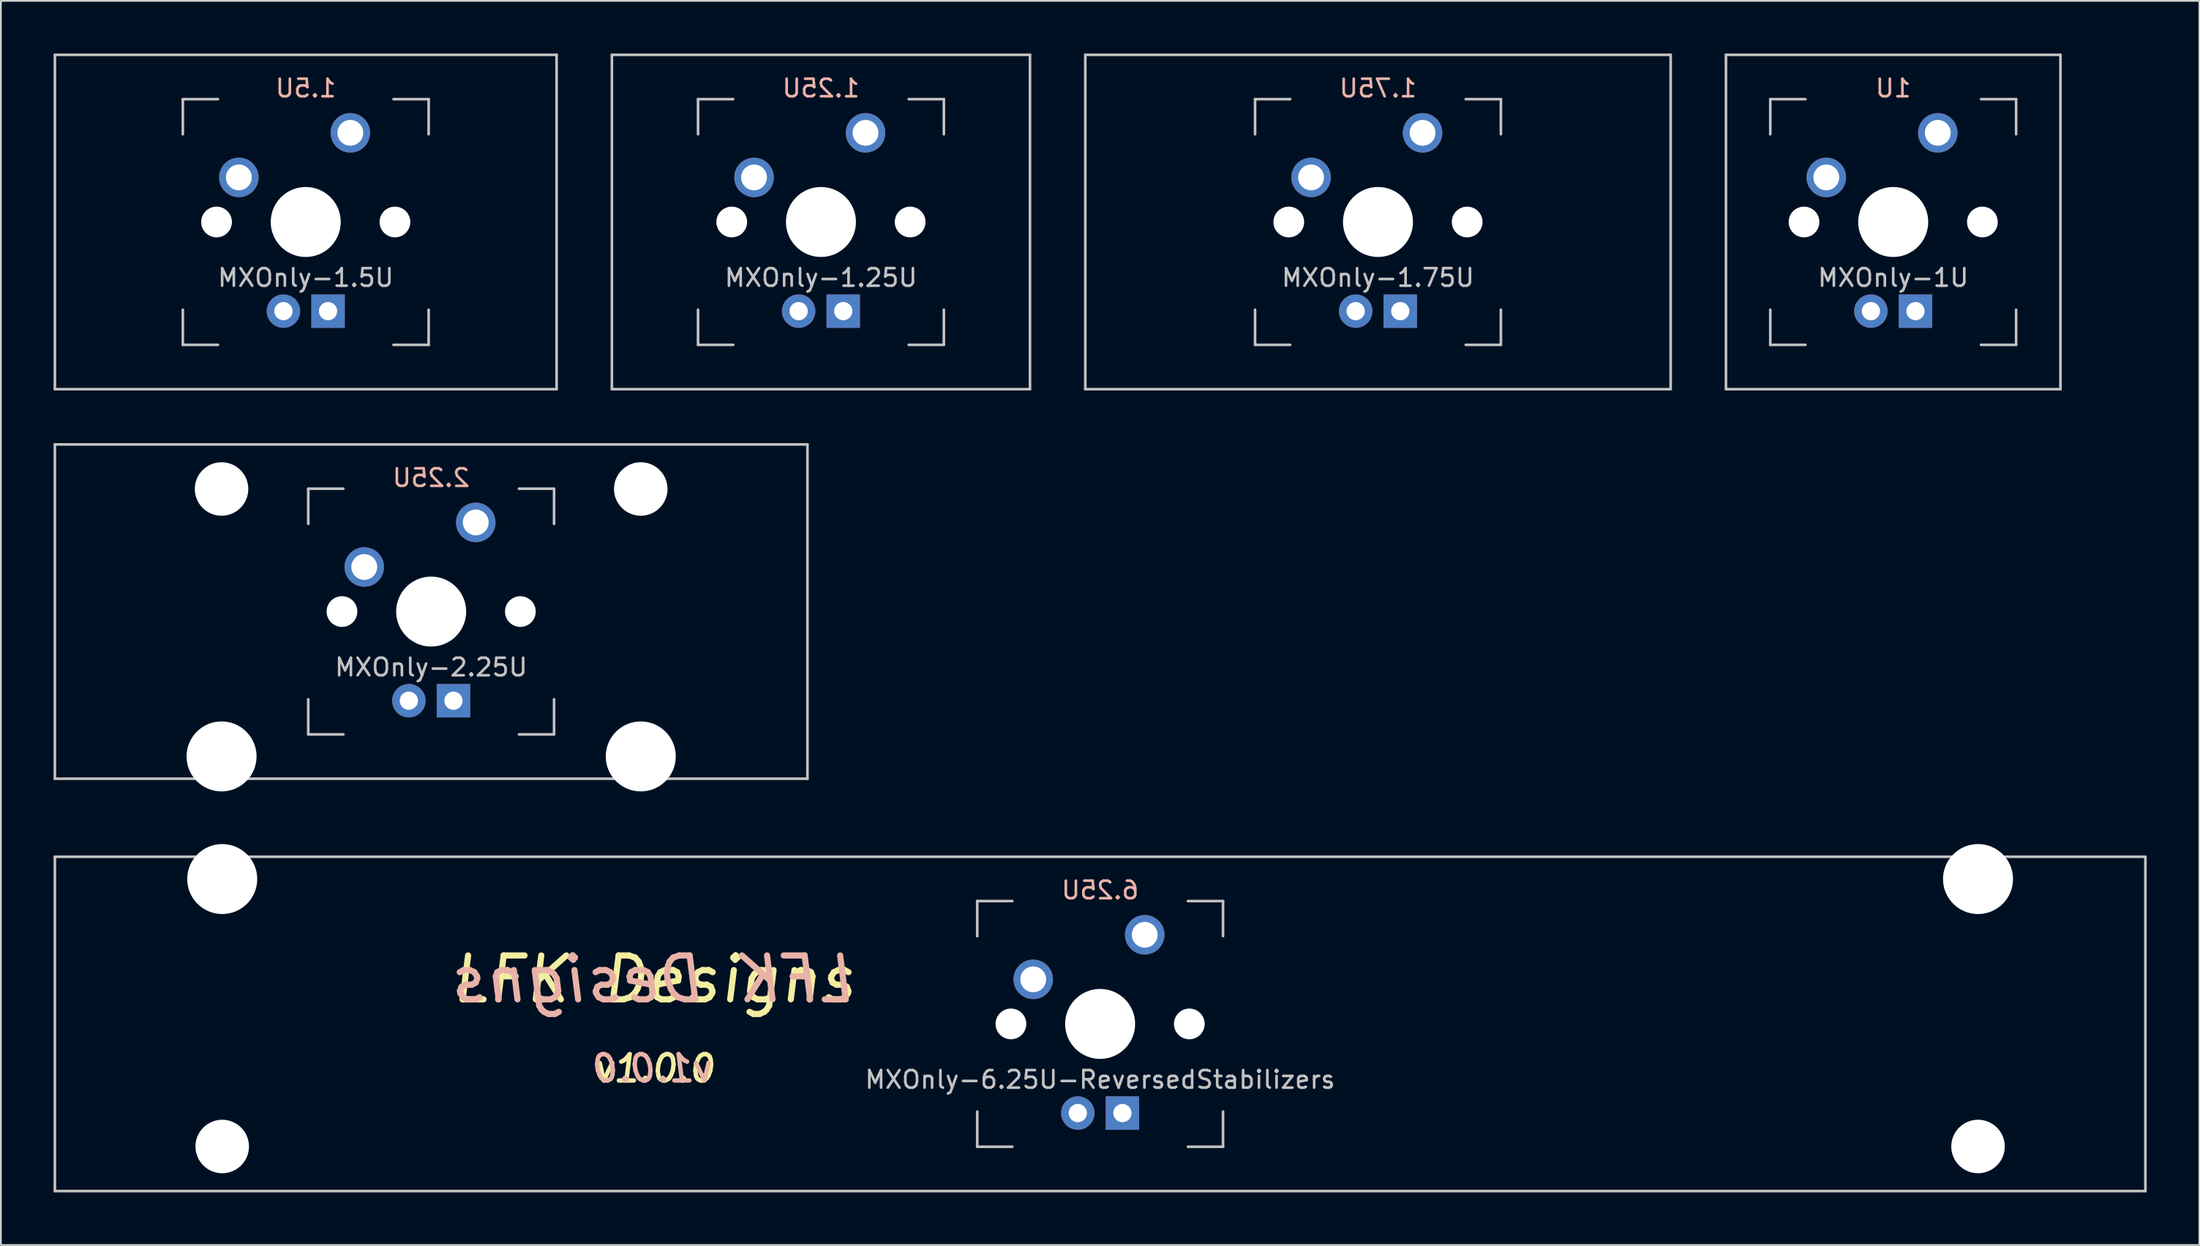
<source format=kicad_pcb>
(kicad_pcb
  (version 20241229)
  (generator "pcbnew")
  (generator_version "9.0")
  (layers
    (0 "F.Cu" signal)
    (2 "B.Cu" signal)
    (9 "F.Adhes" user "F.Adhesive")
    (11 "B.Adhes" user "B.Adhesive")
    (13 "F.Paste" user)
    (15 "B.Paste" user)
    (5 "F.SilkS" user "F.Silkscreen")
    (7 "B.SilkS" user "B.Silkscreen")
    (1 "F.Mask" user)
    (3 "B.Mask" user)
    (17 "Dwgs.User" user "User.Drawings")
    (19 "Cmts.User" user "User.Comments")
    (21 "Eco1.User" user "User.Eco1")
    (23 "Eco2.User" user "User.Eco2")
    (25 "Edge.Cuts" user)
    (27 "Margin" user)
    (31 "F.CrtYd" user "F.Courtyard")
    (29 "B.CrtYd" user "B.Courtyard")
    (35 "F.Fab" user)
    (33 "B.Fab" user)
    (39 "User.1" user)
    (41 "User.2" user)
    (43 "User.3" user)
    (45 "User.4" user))
  (footprint "MXOnly-6.25U-ReversedStabilizers"
    (layer "F.Cu")
    (at 59.606 55.298)
    (property "Reference" "MXOnly-6.25U-ReversedStabilizers" (at 0 3.175 0) (layer "Dwgs.User") (effects (font (size 1 1) (thickness 0.15))))
    (property "Value" "6.25U" (at 0 -7.938 0) (layer "Dwgs.User") (hide yes) (effects (font (size 1 1) (thickness 0.15))))
    (attr through_hole)
    (fp_line (start -59.531 -9.525) (end 59.531 -9.525) (stroke (width 0.15) (type solid)) (layer "Dwgs.User"))
    (fp_line (start -59.531 9.525) (end -59.531 -9.525) (stroke (width 0.15) (type solid)) (layer "Dwgs.User"))
    (fp_line (start -59.531 9.525) (end 59.531 9.525) (stroke (width 0.15) (type solid)) (layer "Dwgs.User"))
    (fp_line (start -7 -7) (end -7 -5) (stroke (width 0.15) (type solid)) (layer "Dwgs.User"))
    (fp_line (start -7 5) (end -7 7) (stroke (width 0.15) (type solid)) (layer "Dwgs.User"))
    (fp_line (start -7 7) (end -5 7) (stroke (width 0.15) (type solid)) (layer "Dwgs.User"))
    (fp_line (start -5 -7) (end -7 -7) (stroke (width 0.15) (type solid)) (layer "Dwgs.User"))
    (fp_line (start 5 -7) (end 7 -7) (stroke (width 0.15) (type solid)) (layer "Dwgs.User"))
    (fp_line (start 5 7) (end 7 7) (stroke (width 0.15) (type solid)) (layer "Dwgs.User"))
    (fp_line (start 7 -7) (end 7 -5) (stroke (width 0.15) (type solid)) (layer "Dwgs.User"))
    (fp_line (start 7 7) (end 7 5) (stroke (width 0.15) (type solid)) (layer "Dwgs.User"))
    (fp_line (start 59.531 -9.525) (end 59.531 9.525) (stroke (width 0.15) (type solid)) (layer "Dwgs.User"))
    (fp_text user "LFK Designs" (at -25.4 -2.54 0) (unlocked yes) (layer "F.SilkS") (effects (font (size 2.5 2.5) (thickness 0.35) (italic yes))))
    (fp_text user "v1.0.0" (at -25.4 2.54 0) (unlocked yes) (layer "F.SilkS") (effects (font (size 1.5 1.5) (thickness 0.25) (italic yes))))
    (fp_text user "LFK Designs" (at -25.4 -2.54 0) (unlocked yes) (layer "B.SilkS") (effects (font (size 2.5 2.5) (thickness 0.35) (italic yes)) (justify mirror)))
    (fp_text user "v1.0.0" (at -25.4 2.54 0) (unlocked yes) (layer "B.SilkS") (effects (font (size 1.5 1.5) (thickness 0.25) (italic yes)) (justify mirror)))
    (fp_text user "${VALUE}" (at 0 -7.62 0) (unlocked yes) (layer "B.SilkS") (effects (font (size 1 1) (thickness 0.15)) (justify mirror)))
    (pad "" np_thru_hole circle (at -50 -8.255) (size 3.988 3.988) (drill 3.988) (layers "*.Cu" "*.Mask"))
    (pad "" np_thru_hole circle (at -50 6.985) (size 3.048 3.048) (drill 3.048) (layers "*.Cu" "*.Mask"))
    (pad "" np_thru_hole circle (at -5.08 0 48.1) (size 1.75 1.75) (drill 1.75) (layers "*.Cu" "*.Mask"))
    (pad "" np_thru_hole circle (at 0 0) (size 3.988 3.988) (drill 3.988) (layers "*.Cu" "*.Mask"))
    (pad "" np_thru_hole circle (at 5.08 0 48.1) (size 1.75 1.75) (drill 1.75) (layers "*.Cu" "*.Mask"))
    (pad "" np_thru_hole circle (at 50 -8.255) (size 3.988 3.988) (drill 3.988) (layers "*.Cu" "*.Mask"))
    (pad "" np_thru_hole circle (at 50 6.985) (size 3.048 3.048) (drill 3.048) (layers "*.Cu" "*.Mask"))
    (pad "1" thru_hole circle (at -3.81 -2.54) (size 2.25 2.25) (drill 1.47) (layers "*.Cu" "*.Mask"))
    (pad "2" thru_hole circle (at 2.54 -5.08) (size 2.25 2.25) (drill 1.47) (layers "*.Cu" "*.Mask"))
    (pad "3" thru_hole circle (at -1.27 5.08) (size 1.905 1.905) (drill 1.04) (layers "*.Cu" "B.Mask"))
    (pad "4" thru_hole rect (at 1.27 5.08) (size 1.905 1.905) (drill 1.04) (layers "*.Cu" "B.Mask")))
  (footprint "MXOnly-1U"
    (layer "F.Cu")
    (at 104.775 9.6)
    (property "Reference" "MXOnly-1U" (at 0 3.175 0) (layer "Dwgs.User") (effects (font (size 1 1) (thickness 0.15))))
    (property "Value" "1U" (at 0 -7.938 0) (layer "Dwgs.User") (hide yes) (effects (font (size 1 1) (thickness 0.15))))
    (attr through_hole)
    (fp_line (start -9.525 -9.525) (end 9.525 -9.525) (stroke (width 0.15) (type solid)) (layer "Dwgs.User"))
    (fp_line (start -9.525 9.525) (end -9.525 -9.525) (stroke (width 0.15) (type solid)) (layer "Dwgs.User"))
    (fp_line (start -7 -7) (end -7 -5) (stroke (width 0.15) (type solid)) (layer "Dwgs.User"))
    (fp_line (start -7 5) (end -7 7) (stroke (width 0.15) (type solid)) (layer "Dwgs.User"))
    (fp_line (start -7 7) (end -5 7) (stroke (width 0.15) (type solid)) (layer "Dwgs.User"))
    (fp_line (start -5 -7) (end -7 -7) (stroke (width 0.15) (type solid)) (layer "Dwgs.User"))
    (fp_line (start 5 -7) (end 7 -7) (stroke (width 0.15) (type solid)) (layer "Dwgs.User"))
    (fp_line (start 5 7) (end 7 7) (stroke (width 0.15) (type solid)) (layer "Dwgs.User"))
    (fp_line (start 7 -7) (end 7 -5) (stroke (width 0.15) (type solid)) (layer "Dwgs.User"))
    (fp_line (start 7 7) (end 7 5) (stroke (width 0.15) (type solid)) (layer "Dwgs.User"))
    (fp_line (start 9.525 -9.525) (end 9.525 9.525) (stroke (width 0.15) (type solid)) (layer "Dwgs.User"))
    (fp_line (start 9.525 9.525) (end -9.525 9.525) (stroke (width 0.15) (type solid)) (layer "Dwgs.User"))
    (fp_text user "${VALUE}" (at 0 -7.62 0) (unlocked yes) (layer "B.SilkS") (effects (font (size 1 1) (thickness 0.15)) (justify mirror)))
    (pad "" np_thru_hole circle (at -5.08 0 48.1) (size 1.75 1.75) (drill 1.75) (layers "*.Cu" "*.Mask"))
    (pad "" np_thru_hole circle (at 0 0) (size 3.988 3.988) (drill 3.988) (layers "*.Cu" "*.Mask"))
    (pad "" np_thru_hole circle (at 5.08 0 48.1) (size 1.75 1.75) (drill 1.75) (layers "*.Cu" "*.Mask"))
    (pad "1" thru_hole circle (at -3.81 -2.54) (size 2.25 2.25) (drill 1.47) (layers "*.Cu" "*.Mask"))
    (pad "2" thru_hole circle (at 2.54 -5.08) (size 2.25 2.25) (drill 1.47) (layers "*.Cu" "*.Mask"))
    (pad "3" thru_hole circle (at -1.27 5.08) (size 1.905 1.905) (drill 1.04) (layers "*.Cu" "B.Mask"))
    (pad "4" thru_hole rect (at 1.27 5.08) (size 1.905 1.905) (drill 1.04) (layers "*.Cu" "B.Mask")))
  (footprint "MXOnly-1.75U"
    (layer "F.Cu")
    (at 75.431 9.6)
    (property "Reference" "MXOnly-1.75U" (at 0 3.175 0) (layer "Dwgs.User") (effects (font (size 1 1) (thickness 0.15))))
    (property "Value" "1.75U" (at 0 -7.938 0) (layer "Dwgs.User") (hide yes) (effects (font (size 1 1) (thickness 0.15))))
    (attr through_hole)
    (fp_line (start -16.669 -9.525) (end 16.669 -9.525) (stroke (width 0.15) (type solid)) (layer "Dwgs.User"))
    (fp_line (start -16.669 9.525) (end -16.669 -9.525) (stroke (width 0.15) (type solid)) (layer "Dwgs.User"))
    (fp_line (start -16.669 9.525) (end 16.669 9.525) (stroke (width 0.15) (type solid)) (layer "Dwgs.User"))
    (fp_line (start -7 -7) (end -7 -5) (stroke (width 0.15) (type solid)) (layer "Dwgs.User"))
    (fp_line (start -7 5) (end -7 7) (stroke (width 0.15) (type solid)) (layer "Dwgs.User"))
    (fp_line (start -7 7) (end -5 7) (stroke (width 0.15) (type solid)) (layer "Dwgs.User"))
    (fp_line (start -5 -7) (end -7 -7) (stroke (width 0.15) (type solid)) (layer "Dwgs.User"))
    (fp_line (start 5 -7) (end 7 -7) (stroke (width 0.15) (type solid)) (layer "Dwgs.User"))
    (fp_line (start 5 7) (end 7 7) (stroke (width 0.15) (type solid)) (layer "Dwgs.User"))
    (fp_line (start 7 -7) (end 7 -5) (stroke (width 0.15) (type solid)) (layer "Dwgs.User"))
    (fp_line (start 7 7) (end 7 5) (stroke (width 0.15) (type solid)) (layer "Dwgs.User"))
    (fp_line (start 16.669 -9.525) (end 16.669 9.525) (stroke (width 0.15) (type solid)) (layer "Dwgs.User"))
    (fp_text user "${VALUE}" (at 0 -7.62 0) (unlocked yes) (layer "B.SilkS") (effects (font (size 1 1) (thickness 0.15)) (justify mirror)))
    (pad "" np_thru_hole circle (at -5.08 0 48.1) (size 1.75 1.75) (drill 1.75) (layers "*.Cu" "*.Mask"))
    (pad "" np_thru_hole circle (at 0 0) (size 3.988 3.988) (drill 3.988) (layers "*.Cu" "*.Mask"))
    (pad "" np_thru_hole circle (at 5.08 0 48.1) (size 1.75 1.75) (drill 1.75) (layers "*.Cu" "*.Mask"))
    (pad "1" thru_hole circle (at -3.81 -2.54) (size 2.25 2.25) (drill 1.47) (layers "*.Cu" "*.Mask"))
    (pad "2" thru_hole circle (at 2.54 -5.08) (size 2.25 2.25) (drill 1.47) (layers "*.Cu" "*.Mask"))
    (pad "3" thru_hole circle (at -1.27 5.08) (size 1.905 1.905) (drill 1.04) (layers "*.Cu" "B.Mask"))
    (pad "4" thru_hole rect (at 1.27 5.08) (size 1.905 1.905) (drill 1.04) (layers "*.Cu" "B.Mask")))
  (footprint "MXOnly-2.25U"
    (layer "F.Cu")
    (at 21.506 31.8)
    (property "Reference" "MXOnly-2.25U" (at 0 3.175 0) (layer "Dwgs.User") (effects (font (size 1 1) (thickness 0.15))))
    (property "Value" "2.25U" (at 0 -7.938 0) (layer "Dwgs.User") (hide yes) (effects (font (size 1 1) (thickness 0.15))))
    (attr through_hole)
    (fp_line (start -21.431 -9.525) (end 21.431 -9.525) (stroke (width 0.15) (type solid)) (layer "Dwgs.User"))
    (fp_line (start -21.431 9.525) (end -21.431 -9.525) (stroke (width 0.15) (type solid)) (layer "Dwgs.User"))
    (fp_line (start -21.431 9.525) (end 21.431 9.525) (stroke (width 0.15) (type solid)) (layer "Dwgs.User"))
    (fp_line (start -7 -7) (end -7 -5) (stroke (width 0.15) (type solid)) (layer "Dwgs.User"))
    (fp_line (start -7 5) (end -7 7) (stroke (width 0.15) (type solid)) (layer "Dwgs.User"))
    (fp_line (start -7 7) (end -5 7) (stroke (width 0.15) (type solid)) (layer "Dwgs.User"))
    (fp_line (start -5 -7) (end -7 -7) (stroke (width 0.15) (type solid)) (layer "Dwgs.User"))
    (fp_line (start 5 -7) (end 7 -7) (stroke (width 0.15) (type solid)) (layer "Dwgs.User"))
    (fp_line (start 5 7) (end 7 7) (stroke (width 0.15) (type solid)) (layer "Dwgs.User"))
    (fp_line (start 7 -7) (end 7 -5) (stroke (width 0.15) (type solid)) (layer "Dwgs.User"))
    (fp_line (start 7 7) (end 7 5) (stroke (width 0.15) (type solid)) (layer "Dwgs.User"))
    (fp_line (start 21.431 -9.525) (end 21.431 9.525) (stroke (width 0.15) (type solid)) (layer "Dwgs.User"))
    (fp_text user "${VALUE}" (at 0 -7.62 0) (unlocked yes) (layer "B.SilkS") (effects (font (size 1 1) (thickness 0.15)) (justify mirror)))
    (pad "" np_thru_hole circle (at -11.938 -6.985) (size 3.048 3.048) (drill 3.048) (layers "*.Cu" "*.Mask"))
    (pad "" np_thru_hole circle (at -11.938 8.255) (size 3.988 3.988) (drill 3.988) (layers "*.Cu" "*.Mask"))
    (pad "" np_thru_hole circle (at -5.08 0 48.1) (size 1.75 1.75) (drill 1.75) (layers "*.Cu" "*.Mask"))
    (pad "" np_thru_hole circle (at 0 0) (size 3.988 3.988) (drill 3.988) (layers "*.Cu" "*.Mask"))
    (pad "" np_thru_hole circle (at 5.08 0 48.1) (size 1.75 1.75) (drill 1.75) (layers "*.Cu" "*.Mask"))
    (pad "" np_thru_hole circle (at 11.938 -6.985) (size 3.048 3.048) (drill 3.048) (layers "*.Cu" "*.Mask"))
    (pad "" np_thru_hole circle (at 11.938 8.255) (size 3.988 3.988) (drill 3.988) (layers "*.Cu" "*.Mask"))
    (pad "1" thru_hole circle (at -3.81 -2.54) (size 2.25 2.25) (drill 1.47) (layers "*.Cu" "*.Mask"))
    (pad "2" thru_hole circle (at 2.54 -5.08) (size 2.25 2.25) (drill 1.47) (layers "*.Cu" "*.Mask"))
    (pad "3" thru_hole circle (at -1.27 5.08) (size 1.905 1.905) (drill 1.04) (layers "*.Cu" "B.Mask"))
    (pad "4" thru_hole rect (at 1.27 5.08) (size 1.905 1.905) (drill 1.04) (layers "*.Cu" "B.Mask")))
  (footprint "MXOnly-1.25U"
    (layer "F.Cu")
    (at 43.706 9.6)
    (property "Reference" "MXOnly-1.25U" (at 0 3.175 0) (layer "Dwgs.User") (effects (font (size 1 1) (thickness 0.15))))
    (property "Value" "1.25U" (at 0 -7.938 0) (layer "Dwgs.User") (hide yes) (effects (font (size 1 1) (thickness 0.15))))
    (attr through_hole)
    (fp_line (start -11.906 -9.525) (end 11.906 -9.525) (stroke (width 0.15) (type solid)) (layer "Dwgs.User"))
    (fp_line (start -11.906 9.525) (end -11.906 -9.525) (stroke (width 0.15) (type solid)) (layer "Dwgs.User"))
    (fp_line (start -11.906 9.525) (end 11.906 9.525) (stroke (width 0.15) (type solid)) (layer "Dwgs.User"))
    (fp_line (start -7 -7) (end -7 -5) (stroke (width 0.15) (type solid)) (layer "Dwgs.User"))
    (fp_line (start -7 5) (end -7 7) (stroke (width 0.15) (type solid)) (layer "Dwgs.User"))
    (fp_line (start -7 7) (end -5 7) (stroke (width 0.15) (type solid)) (layer "Dwgs.User"))
    (fp_line (start -5 -7) (end -7 -7) (stroke (width 0.15) (type solid)) (layer "Dwgs.User"))
    (fp_line (start 5 -7) (end 7 -7) (stroke (width 0.15) (type solid)) (layer "Dwgs.User"))
    (fp_line (start 5 7) (end 7 7) (stroke (width 0.15) (type solid)) (layer "Dwgs.User"))
    (fp_line (start 7 -7) (end 7 -5) (stroke (width 0.15) (type solid)) (layer "Dwgs.User"))
    (fp_line (start 7 7) (end 7 5) (stroke (width 0.15) (type solid)) (layer "Dwgs.User"))
    (fp_line (start 11.906 -9.525) (end 11.906 9.525) (stroke (width 0.15) (type solid)) (layer "Dwgs.User"))
    (fp_text user "${VALUE}" (at 0 -7.62 0) (unlocked yes) (layer "B.SilkS") (effects (font (size 1 1) (thickness 0.15)) (justify mirror)))
    (pad "" np_thru_hole circle (at -5.08 0 48.1) (size 1.75 1.75) (drill 1.75) (layers "*.Cu" "*.Mask"))
    (pad "" np_thru_hole circle (at 0 0) (size 3.988 3.988) (drill 3.988) (layers "*.Cu" "*.Mask"))
    (pad "" np_thru_hole circle (at 5.08 0 48.1) (size 1.75 1.75) (drill 1.75) (layers "*.Cu" "*.Mask"))
    (pad "1" thru_hole circle (at -3.81 -2.54) (size 2.25 2.25) (drill 1.47) (layers "*.Cu" "*.Mask"))
    (pad "2" thru_hole circle (at 2.54 -5.08) (size 2.25 2.25) (drill 1.47) (layers "*.Cu" "*.Mask"))
    (pad "3" thru_hole circle (at -1.27 5.08) (size 1.905 1.905) (drill 1.04) (layers "*.Cu" "B.Mask"))
    (pad "4" thru_hole rect (at 1.27 5.08) (size 1.905 1.905) (drill 1.04) (layers "*.Cu" "B.Mask")))
  (footprint "MXOnly-1.5U"
    (layer "F.Cu")
    (at 14.363 9.6)
    (property "Reference" "MXOnly-1.5U" (at 0 3.175 0) (layer "Dwgs.User") (effects (font (size 1 1) (thickness 0.15))))
    (property "Value" "1.5U" (at 0 -7.938 0) (layer "Dwgs.User") (hide yes) (effects (font (size 1 1) (thickness 0.15))))
    (attr through_hole)
    (fp_line (start -14.287 -9.525) (end 14.287 -9.525) (stroke (width 0.15) (type solid)) (layer "Dwgs.User"))
    (fp_line (start -14.287 9.525) (end -14.287 -9.525) (stroke (width 0.15) (type solid)) (layer "Dwgs.User"))
    (fp_line (start -14.287 9.525) (end 14.287 9.525) (stroke (width 0.15) (type solid)) (layer "Dwgs.User"))
    (fp_line (start -7 -7) (end -7 -5) (stroke (width 0.15) (type solid)) (layer "Dwgs.User"))
    (fp_line (start -7 5) (end -7 7) (stroke (width 0.15) (type solid)) (layer "Dwgs.User"))
    (fp_line (start -7 7) (end -5 7) (stroke (width 0.15) (type solid)) (layer "Dwgs.User"))
    (fp_line (start -5 -7) (end -7 -7) (stroke (width 0.15) (type solid)) (layer "Dwgs.User"))
    (fp_line (start 5 -7) (end 7 -7) (stroke (width 0.15) (type solid)) (layer "Dwgs.User"))
    (fp_line (start 5 7) (end 7 7) (stroke (width 0.15) (type solid)) (layer "Dwgs.User"))
    (fp_line (start 7 -7) (end 7 -5) (stroke (width 0.15) (type solid)) (layer "Dwgs.User"))
    (fp_line (start 7 7) (end 7 5) (stroke (width 0.15) (type solid)) (layer "Dwgs.User"))
    (fp_line (start 14.287 -9.525) (end 14.287 9.525) (stroke (width 0.15) (type solid)) (layer "Dwgs.User"))
    (fp_text user "${VALUE}" (at 0 -7.62 0) (unlocked yes) (layer "B.SilkS") (effects (font (size 1 1) (thickness 0.15)) (justify mirror)))
    (pad "" np_thru_hole circle (at -5.08 0 48.1) (size 1.75 1.75) (drill 1.75) (layers "*.Cu" "*.Mask"))
    (pad "" np_thru_hole circle (at 0 0) (size 3.988 3.988) (drill 3.988) (layers "*.Cu" "*.Mask"))
    (pad "" np_thru_hole circle (at 5.08 0 48.1) (size 1.75 1.75) (drill 1.75) (layers "*.Cu" "*.Mask"))
    (pad "1" thru_hole circle (at -3.81 -2.54) (size 2.25 2.25) (drill 1.47) (layers "*.Cu" "*.Mask"))
    (pad "2" thru_hole circle (at 2.54 -5.08) (size 2.25 2.25) (drill 1.47) (layers "*.Cu" "*.Mask"))
    (pad "3" thru_hole circle (at -1.27 5.08) (size 1.905 1.905) (drill 1.04) (layers "*.Cu" "B.Mask"))
    (pad "4" thru_hole rect (at 1.27 5.08) (size 1.905 1.905) (drill 1.04) (layers "*.Cu" "B.Mask")))
  (gr_rect
    (start -3 -3)
    (end 122.213 67.898)
    (stroke (width 0.1) (type default))
    (fill no)
    (layer "Edge.Cuts")))
</source>
